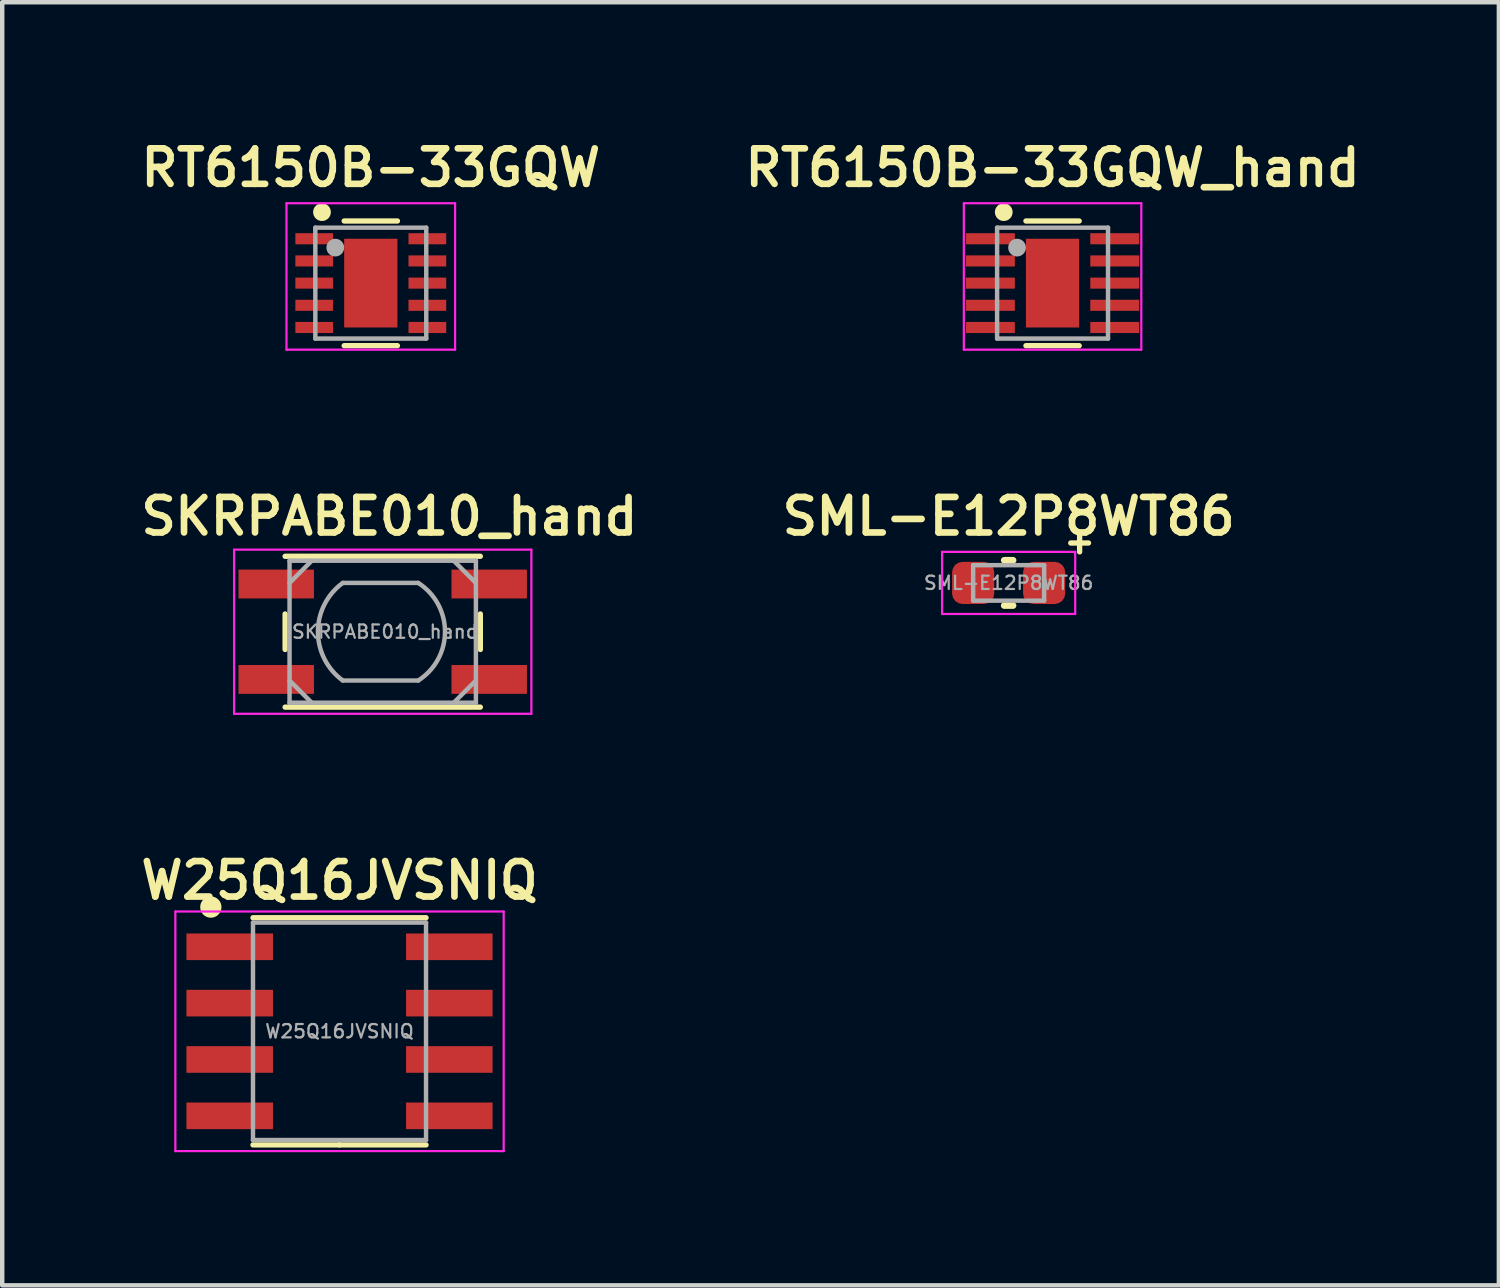
<source format=kicad_pcb>
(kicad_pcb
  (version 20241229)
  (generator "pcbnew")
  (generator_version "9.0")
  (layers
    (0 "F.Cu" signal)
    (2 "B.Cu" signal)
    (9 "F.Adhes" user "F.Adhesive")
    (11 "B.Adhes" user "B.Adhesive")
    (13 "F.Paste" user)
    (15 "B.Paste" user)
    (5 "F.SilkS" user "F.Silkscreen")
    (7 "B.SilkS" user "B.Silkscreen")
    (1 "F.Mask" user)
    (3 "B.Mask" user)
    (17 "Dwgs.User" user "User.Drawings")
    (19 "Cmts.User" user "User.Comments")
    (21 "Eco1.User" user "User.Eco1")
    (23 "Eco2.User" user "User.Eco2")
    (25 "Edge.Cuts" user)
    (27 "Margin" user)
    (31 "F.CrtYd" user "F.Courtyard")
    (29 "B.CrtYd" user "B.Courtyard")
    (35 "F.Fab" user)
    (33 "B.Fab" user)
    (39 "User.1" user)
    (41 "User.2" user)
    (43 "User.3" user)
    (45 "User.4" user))
  (footprint "SKRPABE010_hand"
    (layer "F.Cu")
    (at 5.576 11.188)
    (property "Reference" "SKRPABE010_hand" (at 0.15 -2.6 0) (layer "F.SilkS") (effects (font (size 0.8 0.8) (thickness 0.15))))
    (attr smd)
    (fp_line (start -2.2 0.4) (end -2.2 -0.4) (stroke (width 0.12) (type solid)) (layer "F.SilkS"))
    (fp_line (start -2.2 1.7) (end 2.2 1.7) (stroke (width 0.12) (type solid)) (layer "F.SilkS"))
    (fp_line (start 2.2 -1.7) (end -2.2 -1.7) (stroke (width 0.12) (type solid)) (layer "F.SilkS"))
    (fp_line (start 2.2 0.4) (end 2.2 -0.4) (stroke (width 0.12) (type solid)) (layer "F.SilkS"))
    (fp_line (start -3.35 -1.85) (end 3.35 -1.85) (stroke (width 0.05) (type solid)) (layer "F.CrtYd"))
    (fp_line (start -3.35 1.85) (end -3.35 -1.85) (stroke (width 0.05) (type solid)) (layer "F.CrtYd"))
    (fp_line (start 3.35 -1.85) (end 3.35 1.85) (stroke (width 0.05) (type solid)) (layer "F.CrtYd"))
    (fp_line (start 3.35 1.85) (end -3.35 1.85) (stroke (width 0.05) (type solid)) (layer "F.CrtYd"))
    (fp_line (start -2.1 -1.6) (end 2.1 -1.6) (stroke (width 0.1) (type solid)) (layer "F.Fab"))
    (fp_line (start -2.1 -1.1) (end -1.6 -1.6) (stroke (width 0.1) (type solid)) (layer "F.Fab"))
    (fp_line (start -2.1 1.1) (end -1.6 1.6) (stroke (width 0.1) (type solid)) (layer "F.Fab"))
    (fp_line (start -2.1 1.6) (end -2.1 -1.6) (stroke (width 0.1) (type solid)) (layer "F.Fab"))
    (fp_line (start -0.9 -1.1) (end 0.8 -1.1) (stroke (width 0.1) (type solid)) (layer "F.Fab"))
    (fp_line (start 0.8 1.1) (end -0.9 1.1) (stroke (width 0.1) (type solid)) (layer "F.Fab"))
    (fp_line (start 1.6 -1.6) (end 2.1 -1.1) (stroke (width 0.1) (type solid)) (layer "F.Fab"))
    (fp_line (start 1.6 1.6) (end 2.1 1.1) (stroke (width 0.1) (type solid)) (layer "F.Fab"))
    (fp_line (start 2.1 -1.6) (end 2.1 1.6) (stroke (width 0.1) (type solid)) (layer "F.Fab"))
    (fp_line (start 2.1 1.6) (end -2.1 1.6) (stroke (width 0.1) (type solid)) (layer "F.Fab"))
    (fp_arc (start -0.9 1.099999) (mid -1.460147 0) (end -0.9 -1.099999) (stroke (width 0.1) (type solid)) (layer "F.Fab"))
    (fp_arc (start 0.8 -1.099999) (mid 1.40384 0) (end 0.799999 1.099999) (stroke (width 0.1) (type solid)) (layer "F.Fab"))
    (fp_text user "${REFERENCE}" (at 0.05 0 0) (layer "F.Fab") (effects (font (size 0.3 0.3) (thickness 0.05))))
    (pad "1" smd rect (at -2.4 -1.075) (size 1.7 0.65) (layers "F.Cu" "F.Mask" "F.Paste"))
    (pad "2" smd rect (at 2.4 -1.075) (size 1.7 0.65) (layers "F.Cu" "F.Mask" "F.Paste"))
    (pad "3" smd rect (at -2.4 1.075) (size 1.7 0.65) (layers "F.Cu" "F.Mask" "F.Paste"))
    (pad "4" smd rect (at 2.4 1.075) (size 1.7 0.65) (layers "F.Cu" "F.Mask" "F.Paste")))
  (footprint "SML-E12P8WT86"
    (layer "F.Cu")
    (at 19.683 10.088)
    (property "Reference" "SML-E12P8WT86" (at 0 -1.5 0) (layer "F.SilkS") (effects (font (size 0.8 0.8) (thickness 0.15))))
    (attr smd)
    (fp_line (start -0.1 -0.51) (end 0.1 -0.51) (stroke (width 0.15) (type solid)) (layer "F.SilkS"))
    (fp_line (start -0.1 0.51) (end 0.1 0.51) (stroke (width 0.15) (type solid)) (layer "F.SilkS"))
    (fp_line (start 1.4 -0.9) (end 1.8 -0.9) (stroke (width 0.12) (type solid)) (layer "F.SilkS"))
    (fp_line (start 1.6 -1.1) (end 1.6 -0.7) (stroke (width 0.12) (type solid)) (layer "F.SilkS"))
    (fp_line (start -1.5 -0.7) (end 1.5 -0.7) (stroke (width 0.05) (type solid)) (layer "F.CrtYd"))
    (fp_line (start -1.5 0.7) (end -1.5 -0.7) (stroke (width 0.05) (type solid)) (layer "F.CrtYd"))
    (fp_line (start 1.5 -0.7) (end 1.5 0.7) (stroke (width 0.05) (type solid)) (layer "F.CrtYd"))
    (fp_line (start 1.5 0.7) (end -1.5 0.7) (stroke (width 0.05) (type solid)) (layer "F.CrtYd"))
    (fp_line (start -0.8 -0.4) (end 0.8 -0.4) (stroke (width 0.1) (type solid)) (layer "F.Fab"))
    (fp_line (start -0.8 0.4) (end -0.8 -0.4) (stroke (width 0.1) (type solid)) (layer "F.Fab"))
    (fp_line (start 0.8 -0.4) (end 0.8 0.4) (stroke (width 0.1) (type solid)) (layer "F.Fab"))
    (fp_line (start 0.8 0.4) (end -0.8 0.4) (stroke (width 0.1) (type solid)) (layer "F.Fab"))
    (fp_text user "${REFERENCE}" (at 0 0 0) (layer "F.Fab") (effects (font (size 0.3 0.3) (thickness 0.05))))
    (pad "1" smd roundrect (at -0.8 0) (size 0.95 0.95) (layers "F.Cu" "F.Mask" "F.Paste") (roundrect_rratio 0.25))
    (pad "2" smd roundrect (at 0.8 0) (size 0.95 0.95) (layers "F.Cu" "F.Mask" "F.Paste") (roundrect_rratio 0.25)))
  (footprint "RT6150B-33GQW"
    (layer "F.Cu")
    (at 5.307 3.331)
    (property "Reference" "RT6150B-33GQW" (at 0 -2.6 0) (layer "F.SilkS") (effects (font (size 0.8 0.8) (thickness 0.15))))
    (attr smd)
    (fp_line (start -0.6 -1.4) (end 0.6 -1.4) (stroke (width 0.12) (type solid)) (layer "F.SilkS"))
    (fp_line (start -0.6 1.41) (end 0.6 1.41) (stroke (width 0.12) (type solid)) (layer "F.SilkS"))
    (fp_circle (center -1.1 -1.6) (end -1 -1.6) (stroke (width 0.2) (type solid)) (fill no) (layer "F.SilkS"))
    (fp_line (start -1.9 -1.8) (end -1.9 1.5) (stroke (width 0.05) (type solid)) (layer "F.CrtYd"))
    (fp_line (start -1.9 1.5) (end 1.9 1.5) (stroke (width 0.05) (type solid)) (layer "F.CrtYd"))
    (fp_line (start 1.9 -1.8) (end -1.9 -1.8) (stroke (width 0.05) (type solid)) (layer "F.CrtYd"))
    (fp_line (start 1.9 1.5) (end 1.9 -1.8) (stroke (width 0.05) (type solid)) (layer "F.CrtYd"))
    (fp_line (start -1.25 -1.25) (end 1.25 -1.25) (stroke (width 0.1) (type solid)) (layer "F.Fab"))
    (fp_line (start -1.25 1.25) (end -1.25 -1.25) (stroke (width 0.1) (type solid)) (layer "F.Fab"))
    (fp_line (start 1.25 -1.25) (end 1.25 1.25) (stroke (width 0.1) (type solid)) (layer "F.Fab"))
    (fp_line (start 1.25 1.25) (end -1.25 1.25) (stroke (width 0.1) (type solid)) (layer "F.Fab"))
    (fp_circle (center -0.8 -0.8) (end -0.7 -0.8) (stroke (width 0.2) (type solid)) (fill no) (layer "F.Fab"))
    (pad "" smd roundrect (at -0.325 -0.55) (size 0.52 0.89) (layers "F.Paste") (roundrect_rratio 0.25))
    (pad "" smd roundrect (at -0.325 0.55) (size 0.52 0.89) (layers "F.Paste") (roundrect_rratio 0.25))
    (pad "" smd roundrect (at 0.325 -0.55) (size 0.52 0.89) (layers "F.Paste") (roundrect_rratio 0.25))
    (pad "" smd roundrect (at 0.325 0.55) (size 0.52 0.89) (layers "F.Paste") (roundrect_rratio 0.25))
    (pad "1" smd rect (at -1.275 -1) (size 0.85 0.25) (layers "F.Cu" "F.Mask" "F.Paste"))
    (pad "2" smd rect (at -1.275 -0.5) (size 0.85 0.25) (layers "F.Cu" "F.Mask" "F.Paste"))
    (pad "3" smd rect (at -1.275 0) (size 0.85 0.25) (layers "F.Cu" "F.Mask" "F.Paste"))
    (pad "4" smd rect (at -1.275 0.5) (size 0.85 0.25) (layers "F.Cu" "F.Mask" "F.Paste"))
    (pad "5" smd rect (at -1.275 1) (size 0.85 0.25) (layers "F.Cu" "F.Mask" "F.Paste"))
    (pad "6" smd rect (at 1.275 1) (size 0.85 0.25) (layers "F.Cu" "F.Mask" "F.Paste"))
    (pad "7" smd rect (at 1.275 0.5) (size 0.85 0.25) (layers "F.Cu" "F.Mask" "F.Paste"))
    (pad "8" smd rect (at 1.275 0) (size 0.85 0.25) (layers "F.Cu" "F.Mask" "F.Paste"))
    (pad "9" smd rect (at 1.275 -0.5) (size 0.85 0.25) (layers "F.Cu" "F.Mask" "F.Paste"))
    (pad "10" smd rect (at 1.275 -1) (size 0.85 0.25) (layers "F.Cu" "F.Mask" "F.Paste"))
    (pad "11" smd rect (at 0 0) (size 1.2 2) (layers "F.Cu" "F.Mask")))
  (footprint "W25Q16JVSNIQ"
    (layer "F.Cu")
    (at 4.602 20.194)
    (property "Reference" "W25Q16JVSNIQ" (at 0 -3.4 0) (layer "F.SilkS") (effects (font (size 0.8 0.8) (thickness 0.15))))
    (attr smd)
    (fp_line (start -1.95 -2.56) (end 1.95 -2.56) (stroke (width 0.12) (type solid)) (layer "F.SilkS"))
    (fp_line (start 0 2.56) (end -1.95 2.56) (stroke (width 0.12) (type solid)) (layer "F.SilkS"))
    (fp_line (start 0 2.56) (end 1.95 2.56) (stroke (width 0.12) (type solid)) (layer "F.SilkS"))
    (fp_circle (center -2.9 -2.8) (end -2.78 -2.8) (stroke (width 0.24) (type solid)) (fill no) (layer "F.SilkS"))
    (fp_line (start -3.7 -2.7) (end -3.7 2.7) (stroke (width 0.05) (type solid)) (layer "F.CrtYd"))
    (fp_line (start -3.7 2.7) (end 3.7 2.7) (stroke (width 0.05) (type solid)) (layer "F.CrtYd"))
    (fp_line (start 3.7 -2.7) (end -3.7 -2.7) (stroke (width 0.05) (type solid)) (layer "F.CrtYd"))
    (fp_line (start 3.7 2.7) (end 3.7 -2.7) (stroke (width 0.05) (type solid)) (layer "F.CrtYd"))
    (fp_line (start -1.95 -2.45) (end 1.95 -2.45) (stroke (width 0.1) (type solid)) (layer "F.Fab"))
    (fp_line (start -1.95 2.45) (end -1.95 -2.45) (stroke (width 0.1) (type solid)) (layer "F.Fab"))
    (fp_line (start 1.95 -2.45) (end 1.95 2.45) (stroke (width 0.1) (type solid)) (layer "F.Fab"))
    (fp_line (start 1.95 2.45) (end -1.95 2.45) (stroke (width 0.1) (type solid)) (layer "F.Fab"))
    (fp_text user "${REFERENCE}" (at 0 0 0) (layer "F.Fab") (effects (font (size 0.3 0.3) (thickness 0.05))))
    (pad "1" smd rect (at -2.475 -1.905) (size 1.95 0.6) (layers "F.Cu" "F.Mask" "F.Paste"))
    (pad "2" smd rect (at -2.475 -0.635) (size 1.95 0.6) (layers "F.Cu" "F.Mask" "F.Paste"))
    (pad "3" smd rect (at -2.475 0.635) (size 1.95 0.6) (layers "F.Cu" "F.Mask" "F.Paste"))
    (pad "4" smd rect (at -2.475 1.905) (size 1.95 0.6) (layers "F.Cu" "F.Mask" "F.Paste"))
    (pad "5" smd rect (at 2.475 1.905) (size 1.95 0.6) (layers "F.Cu" "F.Mask" "F.Paste"))
    (pad "6" smd rect (at 2.475 0.635) (size 1.95 0.6) (layers "F.Cu" "F.Mask" "F.Paste"))
    (pad "7" smd rect (at 2.475 -0.635) (size 1.95 0.6) (layers "F.Cu" "F.Mask" "F.Paste"))
    (pad "8" smd rect (at 2.475 -1.905) (size 1.95 0.6) (layers "F.Cu" "F.Mask" "F.Paste")))
  (footprint "RT6150B-33GQW_hand"
    (layer "F.Cu")
    (at 20.673 3.331)
    (property "Reference" "RT6150B-33GQW_hand" (at 0 -2.6 0) (layer "F.SilkS") (effects (font (size 0.8 0.8) (thickness 0.15))))
    (attr smd)
    (fp_line (start -0.6 -1.4) (end 0.6 -1.4) (stroke (width 0.12) (type solid)) (layer "F.SilkS"))
    (fp_line (start -0.6 1.41) (end 0.6 1.41) (stroke (width 0.12) (type solid)) (layer "F.SilkS"))
    (fp_circle (center -1.1 -1.6) (end -1 -1.6) (stroke (width 0.2) (type solid)) (fill no) (layer "F.SilkS"))
    (fp_line (start -2 -1.8) (end -2 1.5) (stroke (width 0.05) (type solid)) (layer "F.CrtYd"))
    (fp_line (start -2 1.5) (end 2 1.5) (stroke (width 0.05) (type solid)) (layer "F.CrtYd"))
    (fp_line (start 2 -1.8) (end -2 -1.8) (stroke (width 0.05) (type solid)) (layer "F.CrtYd"))
    (fp_line (start 2 1.5) (end 2 -1.8) (stroke (width 0.05) (type solid)) (layer "F.CrtYd"))
    (fp_line (start -1.25 -1.25) (end 1.25 -1.25) (stroke (width 0.1) (type solid)) (layer "F.Fab"))
    (fp_line (start -1.25 1.25) (end -1.25 -1.25) (stroke (width 0.1) (type solid)) (layer "F.Fab"))
    (fp_line (start 1.25 -1.25) (end 1.25 1.25) (stroke (width 0.1) (type solid)) (layer "F.Fab"))
    (fp_line (start 1.25 1.25) (end -1.25 1.25) (stroke (width 0.1) (type solid)) (layer "F.Fab"))
    (fp_circle (center -0.8 -0.8) (end -0.7 -0.8) (stroke (width 0.2) (type solid)) (fill no) (layer "F.Fab"))
    (pad "" smd roundrect (at -0.325 -0.55) (size 0.52 0.89) (layers "F.Paste") (roundrect_rratio 0.25))
    (pad "" smd roundrect (at -0.325 0.55) (size 0.52 0.89) (layers "F.Paste") (roundrect_rratio 0.25))
    (pad "" smd roundrect (at 0.325 -0.55) (size 0.52 0.89) (layers "F.Paste") (roundrect_rratio 0.25))
    (pad "" smd roundrect (at 0.325 0.55) (size 0.52 0.89) (layers "F.Paste") (roundrect_rratio 0.25))
    (pad "1" smd rect (at -1.4 -1) (size 1.1 0.25) (layers "F.Cu" "F.Mask" "F.Paste"))
    (pad "2" smd rect (at -1.4 -0.5) (size 1.1 0.25) (layers "F.Cu" "F.Mask" "F.Paste"))
    (pad "3" smd rect (at -1.4 0) (size 1.1 0.25) (layers "F.Cu" "F.Mask" "F.Paste"))
    (pad "4" smd rect (at -1.4 0.5) (size 1.1 0.25) (layers "F.Cu" "F.Mask" "F.Paste"))
    (pad "5" smd rect (at -1.4 1) (size 1.1 0.25) (layers "F.Cu" "F.Mask" "F.Paste"))
    (pad "6" smd rect (at 1.4 1) (size 1.1 0.25) (layers "F.Cu" "F.Mask" "F.Paste"))
    (pad "7" smd rect (at 1.4 0.5) (size 1.1 0.25) (layers "F.Cu" "F.Mask" "F.Paste"))
    (pad "8" smd rect (at 1.4 0) (size 1.1 0.25) (layers "F.Cu" "F.Mask" "F.Paste"))
    (pad "9" smd rect (at 1.4 -0.5) (size 1.1 0.25) (layers "F.Cu" "F.Mask" "F.Paste"))
    (pad "10" smd rect (at 1.4 -1) (size 1.1 0.25) (layers "F.Cu" "F.Mask" "F.Paste"))
    (pad "11" smd rect (at 0 0) (size 1.2 2) (layers "F.Cu" "F.Mask")))
  (gr_rect
    (start -3 -3)
    (end 30.732 25.919)
    (stroke (width 0.1) (type default))
    (fill no)
    (layer "Edge.Cuts")))
</source>
